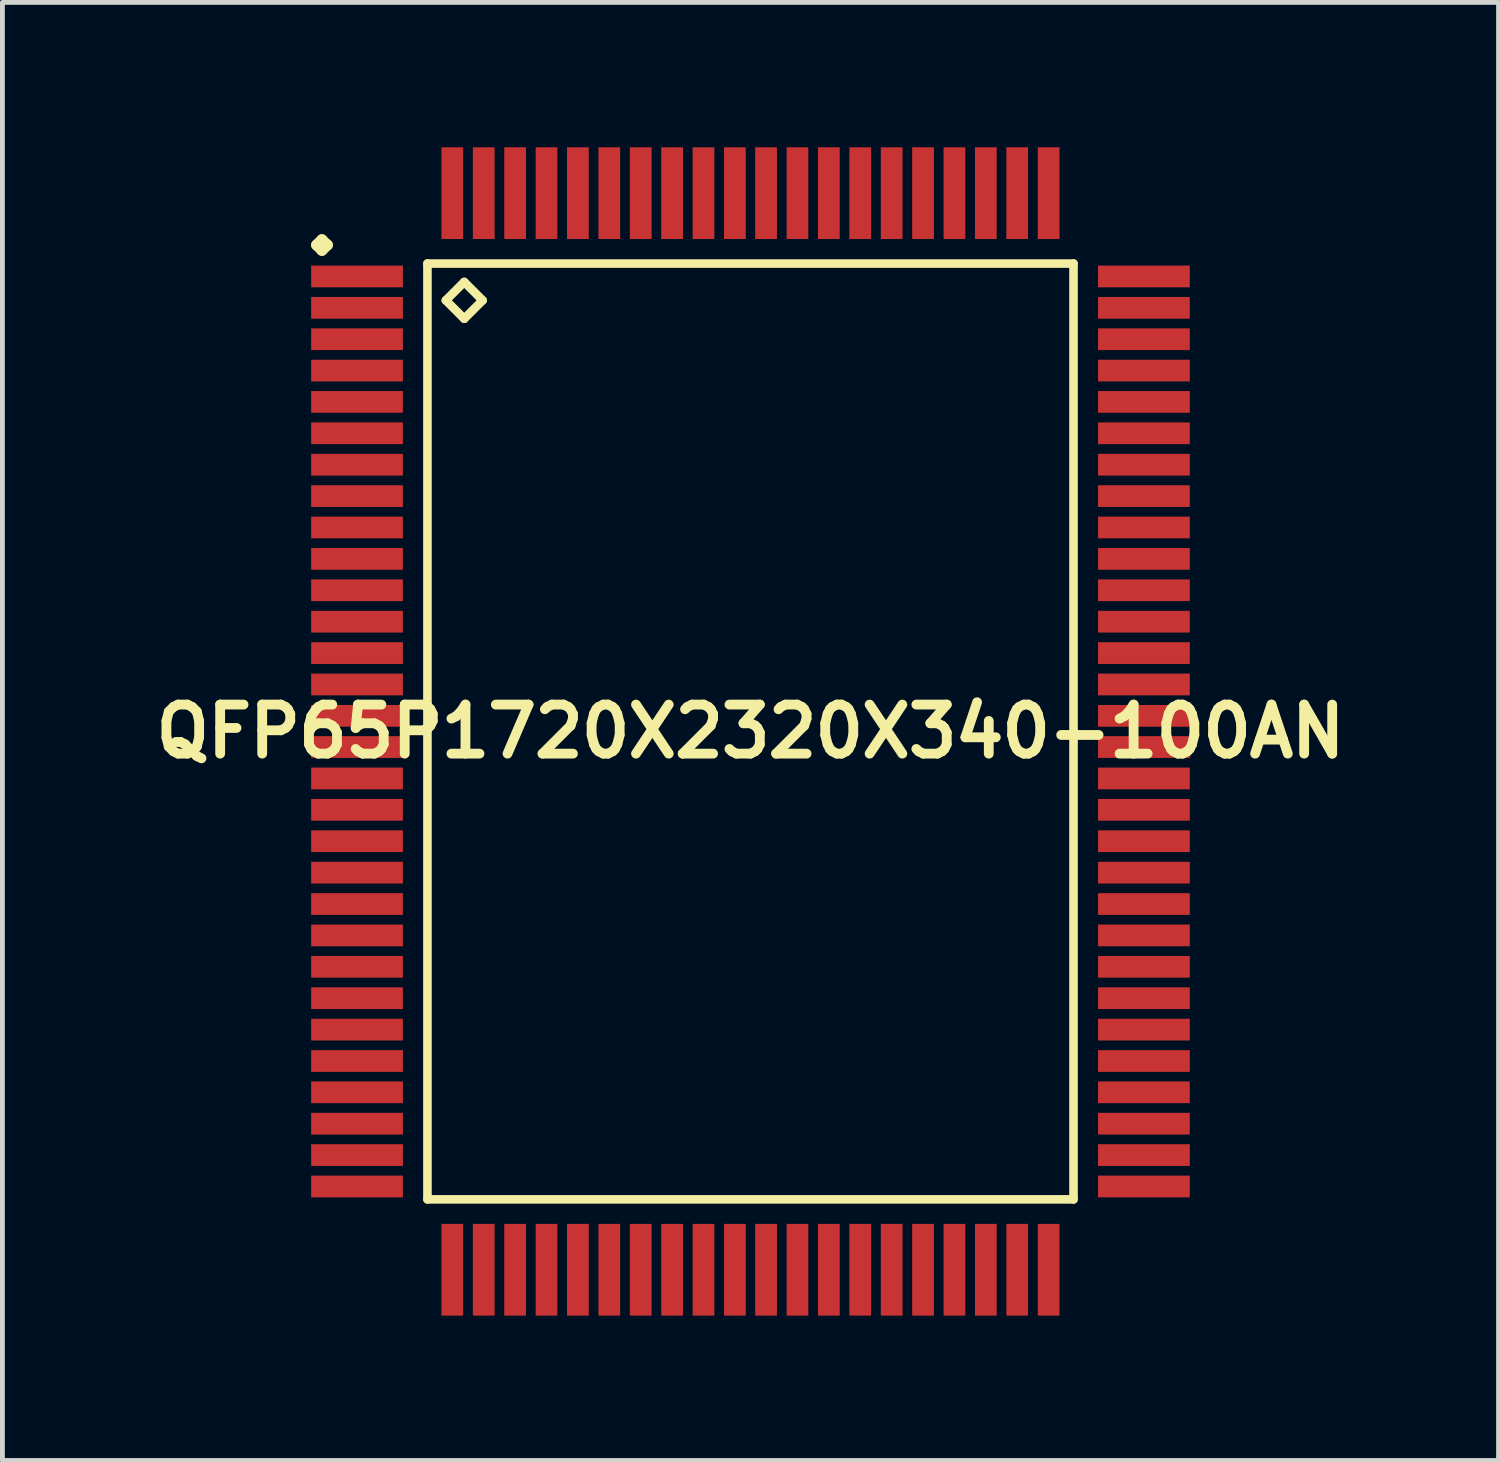
<source format=kicad_pcb>
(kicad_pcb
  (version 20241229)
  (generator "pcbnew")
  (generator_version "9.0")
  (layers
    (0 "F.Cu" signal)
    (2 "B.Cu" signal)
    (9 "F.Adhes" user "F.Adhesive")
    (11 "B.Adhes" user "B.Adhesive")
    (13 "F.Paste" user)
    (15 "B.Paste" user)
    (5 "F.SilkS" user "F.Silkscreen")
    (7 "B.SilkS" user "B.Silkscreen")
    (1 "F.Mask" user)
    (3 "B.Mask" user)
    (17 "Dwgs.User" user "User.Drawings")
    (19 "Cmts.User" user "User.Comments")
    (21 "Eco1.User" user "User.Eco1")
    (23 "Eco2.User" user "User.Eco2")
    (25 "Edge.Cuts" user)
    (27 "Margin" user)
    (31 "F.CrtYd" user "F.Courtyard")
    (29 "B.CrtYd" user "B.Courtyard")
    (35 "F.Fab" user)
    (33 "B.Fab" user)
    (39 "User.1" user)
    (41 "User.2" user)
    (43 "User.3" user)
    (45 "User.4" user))
  (footprint "QFP65P1720X2320X340-100AN"
    (layer "F.Cu")
    (at 12.492 12.098)
    (property "Reference" "QFP65P1720X2320X340-100AN" (at 0 0 0) (layer "F.SilkS") (effects (font (size 1.016 1.016) (thickness 0.203))))
    (attr smd)
    (fp_line (start -8.987 -10.074) (end -8.875 -10.185) (stroke (width 0.224) (type solid)) (layer "F.SilkS"))
    (fp_line (start -8.875 -10.185) (end -8.76 -10.074) (stroke (width 0.224) (type solid)) (layer "F.SilkS"))
    (fp_line (start -8.875 -9.962) (end -8.987 -10.074) (stroke (width 0.224) (type solid)) (layer "F.SilkS"))
    (fp_line (start -8.76 -10.074) (end -8.875 -9.962) (stroke (width 0.224) (type solid)) (layer "F.SilkS"))
    (fp_line (start -6.69 -9.69) (end -6.69 9.69) (stroke (width 0.178) (type solid)) (layer "F.SilkS"))
    (fp_line (start -6.69 9.69) (end 6.69 9.69) (stroke (width 0.178) (type solid)) (layer "F.SilkS"))
    (fp_line (start -6.309 -8.928) (end -5.928 -9.309) (stroke (width 0.178) (type solid)) (layer "F.SilkS"))
    (fp_line (start -5.928 -9.309) (end -5.547 -8.928) (stroke (width 0.178) (type solid)) (layer "F.SilkS"))
    (fp_line (start -5.928 -8.547) (end -6.309 -8.928) (stroke (width 0.178) (type solid)) (layer "F.SilkS"))
    (fp_line (start -5.547 -8.928) (end -5.928 -8.547) (stroke (width 0.178) (type solid)) (layer "F.SilkS"))
    (fp_line (start 6.69 -9.69) (end -6.69 -9.69) (stroke (width 0.178) (type solid)) (layer "F.SilkS"))
    (fp_line (start 6.69 9.69) (end 6.69 -9.69) (stroke (width 0.178) (type solid)) (layer "F.SilkS"))
    (pad "1" smd rect (at -8.148 -9.423) (size 1.9 0.45) (layers "F.Cu" "F.Mask" "F.Paste"))
    (pad "2" smd rect (at -8.148 -8.773) (size 1.9 0.45) (layers "F.Cu" "F.Mask" "F.Paste"))
    (pad "3" smd rect (at -8.148 -8.123) (size 1.9 0.45) (layers "F.Cu" "F.Mask" "F.Paste"))
    (pad "4" smd rect (at -8.148 -7.473) (size 1.9 0.45) (layers "F.Cu" "F.Mask" "F.Paste"))
    (pad "5" smd rect (at -8.148 -6.825) (size 1.9 0.45) (layers "F.Cu" "F.Mask" "F.Paste"))
    (pad "6" smd rect (at -8.148 -6.175) (size 1.9 0.45) (layers "F.Cu" "F.Mask" "F.Paste"))
    (pad "7" smd rect (at -8.148 -5.524) (size 1.9 0.45) (layers "F.Cu" "F.Mask" "F.Paste"))
    (pad "8" smd rect (at -8.148 -4.874) (size 1.9 0.45) (layers "F.Cu" "F.Mask" "F.Paste"))
    (pad "9" smd rect (at -8.148 -4.224) (size 1.9 0.45) (layers "F.Cu" "F.Mask" "F.Paste"))
    (pad "10" smd rect (at -8.148 -3.574) (size 1.9 0.45) (layers "F.Cu" "F.Mask" "F.Paste"))
    (pad "11" smd rect (at -8.148 -2.924) (size 1.9 0.45) (layers "F.Cu" "F.Mask" "F.Paste"))
    (pad "12" smd rect (at -8.148 -2.273) (size 1.9 0.45) (layers "F.Cu" "F.Mask" "F.Paste"))
    (pad "13" smd rect (at -8.148 -1.623) (size 1.9 0.45) (layers "F.Cu" "F.Mask" "F.Paste"))
    (pad "14" smd rect (at -8.148 -0.973) (size 1.9 0.45) (layers "F.Cu" "F.Mask" "F.Paste"))
    (pad "15" smd rect (at -8.148 -0.323) (size 1.9 0.45) (layers "F.Cu" "F.Mask" "F.Paste"))
    (pad "16" smd rect (at -8.148 0.323) (size 1.9 0.45) (layers "F.Cu" "F.Mask" "F.Paste"))
    (pad "17" smd rect (at -8.148 0.973) (size 1.9 0.45) (layers "F.Cu" "F.Mask" "F.Paste"))
    (pad "18" smd rect (at -8.148 1.623) (size 1.9 0.45) (layers "F.Cu" "F.Mask" "F.Paste"))
    (pad "19" smd rect (at -8.148 2.273) (size 1.9 0.45) (layers "F.Cu" "F.Mask" "F.Paste"))
    (pad "20" smd rect (at -8.148 2.924) (size 1.9 0.45) (layers "F.Cu" "F.Mask" "F.Paste"))
    (pad "21" smd rect (at -8.148 3.574) (size 1.9 0.45) (layers "F.Cu" "F.Mask" "F.Paste"))
    (pad "22" smd rect (at -8.148 4.224) (size 1.9 0.45) (layers "F.Cu" "F.Mask" "F.Paste"))
    (pad "23" smd rect (at -8.148 4.874) (size 1.9 0.45) (layers "F.Cu" "F.Mask" "F.Paste"))
    (pad "24" smd rect (at -8.148 5.524) (size 1.9 0.45) (layers "F.Cu" "F.Mask" "F.Paste"))
    (pad "25" smd rect (at -8.148 6.175) (size 1.9 0.45) (layers "F.Cu" "F.Mask" "F.Paste"))
    (pad "26" smd rect (at -8.148 6.825) (size 1.9 0.45) (layers "F.Cu" "F.Mask" "F.Paste"))
    (pad "27" smd rect (at -8.148 7.473) (size 1.9 0.45) (layers "F.Cu" "F.Mask" "F.Paste"))
    (pad "28" smd rect (at -8.148 8.123) (size 1.9 0.45) (layers "F.Cu" "F.Mask" "F.Paste"))
    (pad "29" smd rect (at -8.148 8.773) (size 1.9 0.45) (layers "F.Cu" "F.Mask" "F.Paste"))
    (pad "30" smd rect (at -8.148 9.423) (size 1.9 0.45) (layers "F.Cu" "F.Mask" "F.Paste"))
    (pad "31" smd rect (at -6.175 11.148) (size 0.45 1.9) (layers "F.Cu" "F.Mask" "F.Paste"))
    (pad "32" smd rect (at -5.524 11.148) (size 0.45 1.9) (layers "F.Cu" "F.Mask" "F.Paste"))
    (pad "33" smd rect (at -4.874 11.148) (size 0.45 1.9) (layers "F.Cu" "F.Mask" "F.Paste"))
    (pad "34" smd rect (at -4.224 11.148) (size 0.45 1.9) (layers "F.Cu" "F.Mask" "F.Paste"))
    (pad "35" smd rect (at -3.574 11.148) (size 0.45 1.9) (layers "F.Cu" "F.Mask" "F.Paste"))
    (pad "36" smd rect (at -2.924 11.148) (size 0.45 1.9) (layers "F.Cu" "F.Mask" "F.Paste"))
    (pad "37" smd rect (at -2.273 11.148) (size 0.45 1.9) (layers "F.Cu" "F.Mask" "F.Paste"))
    (pad "38" smd rect (at -1.623 11.148) (size 0.45 1.9) (layers "F.Cu" "F.Mask" "F.Paste"))
    (pad "39" smd rect (at -0.973 11.148) (size 0.45 1.9) (layers "F.Cu" "F.Mask" "F.Paste"))
    (pad "40" smd rect (at -0.323 11.148) (size 0.45 1.9) (layers "F.Cu" "F.Mask" "F.Paste"))
    (pad "41" smd rect (at 0.323 11.148) (size 0.45 1.9) (layers "F.Cu" "F.Mask" "F.Paste"))
    (pad "42" smd rect (at 0.973 11.148) (size 0.45 1.9) (layers "F.Cu" "F.Mask" "F.Paste"))
    (pad "43" smd rect (at 1.623 11.148) (size 0.45 1.9) (layers "F.Cu" "F.Mask" "F.Paste"))
    (pad "44" smd rect (at 2.273 11.148) (size 0.45 1.9) (layers "F.Cu" "F.Mask" "F.Paste"))
    (pad "45" smd rect (at 2.924 11.148) (size 0.45 1.9) (layers "F.Cu" "F.Mask" "F.Paste"))
    (pad "46" smd rect (at 3.574 11.148) (size 0.45 1.9) (layers "F.Cu" "F.Mask" "F.Paste"))
    (pad "47" smd rect (at 4.224 11.148) (size 0.45 1.9) (layers "F.Cu" "F.Mask" "F.Paste"))
    (pad "48" smd rect (at 4.874 11.148) (size 0.45 1.9) (layers "F.Cu" "F.Mask" "F.Paste"))
    (pad "49" smd rect (at 5.524 11.148) (size 0.45 1.9) (layers "F.Cu" "F.Mask" "F.Paste"))
    (pad "50" smd rect (at 6.175 11.148) (size 0.45 1.9) (layers "F.Cu" "F.Mask" "F.Paste"))
    (pad "51" smd rect (at 8.148 9.423) (size 1.9 0.45) (layers "F.Cu" "F.Mask" "F.Paste"))
    (pad "52" smd rect (at 8.148 8.773) (size 1.9 0.45) (layers "F.Cu" "F.Mask" "F.Paste"))
    (pad "53" smd rect (at 8.148 8.123) (size 1.9 0.45) (layers "F.Cu" "F.Mask" "F.Paste"))
    (pad "54" smd rect (at 8.148 7.473) (size 1.9 0.45) (layers "F.Cu" "F.Mask" "F.Paste"))
    (pad "55" smd rect (at 8.148 6.825) (size 1.9 0.45) (layers "F.Cu" "F.Mask" "F.Paste"))
    (pad "56" smd rect (at 8.148 6.175) (size 1.9 0.45) (layers "F.Cu" "F.Mask" "F.Paste"))
    (pad "57" smd rect (at 8.148 5.524) (size 1.9 0.45) (layers "F.Cu" "F.Mask" "F.Paste"))
    (pad "58" smd rect (at 8.148 4.874) (size 1.9 0.45) (layers "F.Cu" "F.Mask" "F.Paste"))
    (pad "59" smd rect (at 8.148 4.224) (size 1.9 0.45) (layers "F.Cu" "F.Mask" "F.Paste"))
    (pad "60" smd rect (at 8.148 3.574) (size 1.9 0.45) (layers "F.Cu" "F.Mask" "F.Paste"))
    (pad "61" smd rect (at 8.148 2.924) (size 1.9 0.45) (layers "F.Cu" "F.Mask" "F.Paste"))
    (pad "62" smd rect (at 8.148 2.273) (size 1.9 0.45) (layers "F.Cu" "F.Mask" "F.Paste"))
    (pad "63" smd rect (at 8.148 1.623) (size 1.9 0.45) (layers "F.Cu" "F.Mask" "F.Paste"))
    (pad "64" smd rect (at 8.148 0.973) (size 1.9 0.45) (layers "F.Cu" "F.Mask" "F.Paste"))
    (pad "65" smd rect (at 8.148 0.323) (size 1.9 0.45) (layers "F.Cu" "F.Mask" "F.Paste"))
    (pad "66" smd rect (at 8.148 -0.323) (size 1.9 0.45) (layers "F.Cu" "F.Mask" "F.Paste"))
    (pad "67" smd rect (at 8.148 -0.973) (size 1.9 0.45) (layers "F.Cu" "F.Mask" "F.Paste"))
    (pad "68" smd rect (at 8.148 -1.623) (size 1.9 0.45) (layers "F.Cu" "F.Mask" "F.Paste"))
    (pad "69" smd rect (at 8.148 -2.273) (size 1.9 0.45) (layers "F.Cu" "F.Mask" "F.Paste"))
    (pad "70" smd rect (at 8.148 -2.924) (size 1.9 0.45) (layers "F.Cu" "F.Mask" "F.Paste"))
    (pad "71" smd rect (at 8.148 -3.574) (size 1.9 0.45) (layers "F.Cu" "F.Mask" "F.Paste"))
    (pad "72" smd rect (at 8.148 -4.224) (size 1.9 0.45) (layers "F.Cu" "F.Mask" "F.Paste"))
    (pad "73" smd rect (at 8.148 -4.874) (size 1.9 0.45) (layers "F.Cu" "F.Mask" "F.Paste"))
    (pad "74" smd rect (at 8.148 -5.524) (size 1.9 0.45) (layers "F.Cu" "F.Mask" "F.Paste"))
    (pad "75" smd rect (at 8.148 -6.175) (size 1.9 0.45) (layers "F.Cu" "F.Mask" "F.Paste"))
    (pad "76" smd rect (at 8.148 -6.825) (size 1.9 0.45) (layers "F.Cu" "F.Mask" "F.Paste"))
    (pad "77" smd rect (at 8.148 -7.473) (size 1.9 0.45) (layers "F.Cu" "F.Mask" "F.Paste"))
    (pad "78" smd rect (at 8.148 -8.123) (size 1.9 0.45) (layers "F.Cu" "F.Mask" "F.Paste"))
    (pad "79" smd rect (at 8.148 -8.773) (size 1.9 0.45) (layers "F.Cu" "F.Mask" "F.Paste"))
    (pad "80" smd rect (at 8.148 -9.423) (size 1.9 0.45) (layers "F.Cu" "F.Mask" "F.Paste"))
    (pad "81" smd rect (at 6.175 -11.148) (size 0.45 1.9) (layers "F.Cu" "F.Mask" "F.Paste"))
    (pad "82" smd rect (at 5.524 -11.148) (size 0.45 1.9) (layers "F.Cu" "F.Mask" "F.Paste"))
    (pad "83" smd rect (at 4.874 -11.148) (size 0.45 1.9) (layers "F.Cu" "F.Mask" "F.Paste"))
    (pad "84" smd rect (at 4.224 -11.148) (size 0.45 1.9) (layers "F.Cu" "F.Mask" "F.Paste"))
    (pad "85" smd rect (at 3.574 -11.148) (size 0.45 1.9) (layers "F.Cu" "F.Mask" "F.Paste"))
    (pad "86" smd rect (at 2.924 -11.148) (size 0.45 1.9) (layers "F.Cu" "F.Mask" "F.Paste"))
    (pad "87" smd rect (at 2.273 -11.148) (size 0.45 1.9) (layers "F.Cu" "F.Mask" "F.Paste"))
    (pad "88" smd rect (at 1.623 -11.148) (size 0.45 1.9) (layers "F.Cu" "F.Mask" "F.Paste"))
    (pad "89" smd rect (at 0.973 -11.148) (size 0.45 1.9) (layers "F.Cu" "F.Mask" "F.Paste"))
    (pad "90" smd rect (at 0.323 -11.148) (size 0.45 1.9) (layers "F.Cu" "F.Mask" "F.Paste"))
    (pad "91" smd rect (at -0.323 -11.148) (size 0.45 1.9) (layers "F.Cu" "F.Mask" "F.Paste"))
    (pad "92" smd rect (at -0.973 -11.148) (size 0.45 1.9) (layers "F.Cu" "F.Mask" "F.Paste"))
    (pad "93" smd rect (at -1.623 -11.148) (size 0.45 1.9) (layers "F.Cu" "F.Mask" "F.Paste"))
    (pad "94" smd rect (at -2.273 -11.148) (size 0.45 1.9) (layers "F.Cu" "F.Mask" "F.Paste"))
    (pad "95" smd rect (at -2.924 -11.148) (size 0.45 1.9) (layers "F.Cu" "F.Mask" "F.Paste"))
    (pad "96" smd rect (at -3.574 -11.148) (size 0.45 1.9) (layers "F.Cu" "F.Mask" "F.Paste"))
    (pad "97" smd rect (at -4.224 -11.148) (size 0.45 1.9) (layers "F.Cu" "F.Mask" "F.Paste"))
    (pad "98" smd rect (at -4.874 -11.148) (size 0.45 1.9) (layers "F.Cu" "F.Mask" "F.Paste"))
    (pad "99" smd rect (at -5.524 -11.148) (size 0.45 1.9) (layers "F.Cu" "F.Mask" "F.Paste"))
    (pad "100" smd rect (at -6.175 -11.148) (size 0.45 1.9) (layers "F.Cu" "F.Mask" "F.Paste")))
  (gr_rect
    (start -3 -3)
    (end 27.984 27.196)
    (stroke (width 0.1) (type default))
    (fill no)
    (layer "Edge.Cuts")))
</source>
